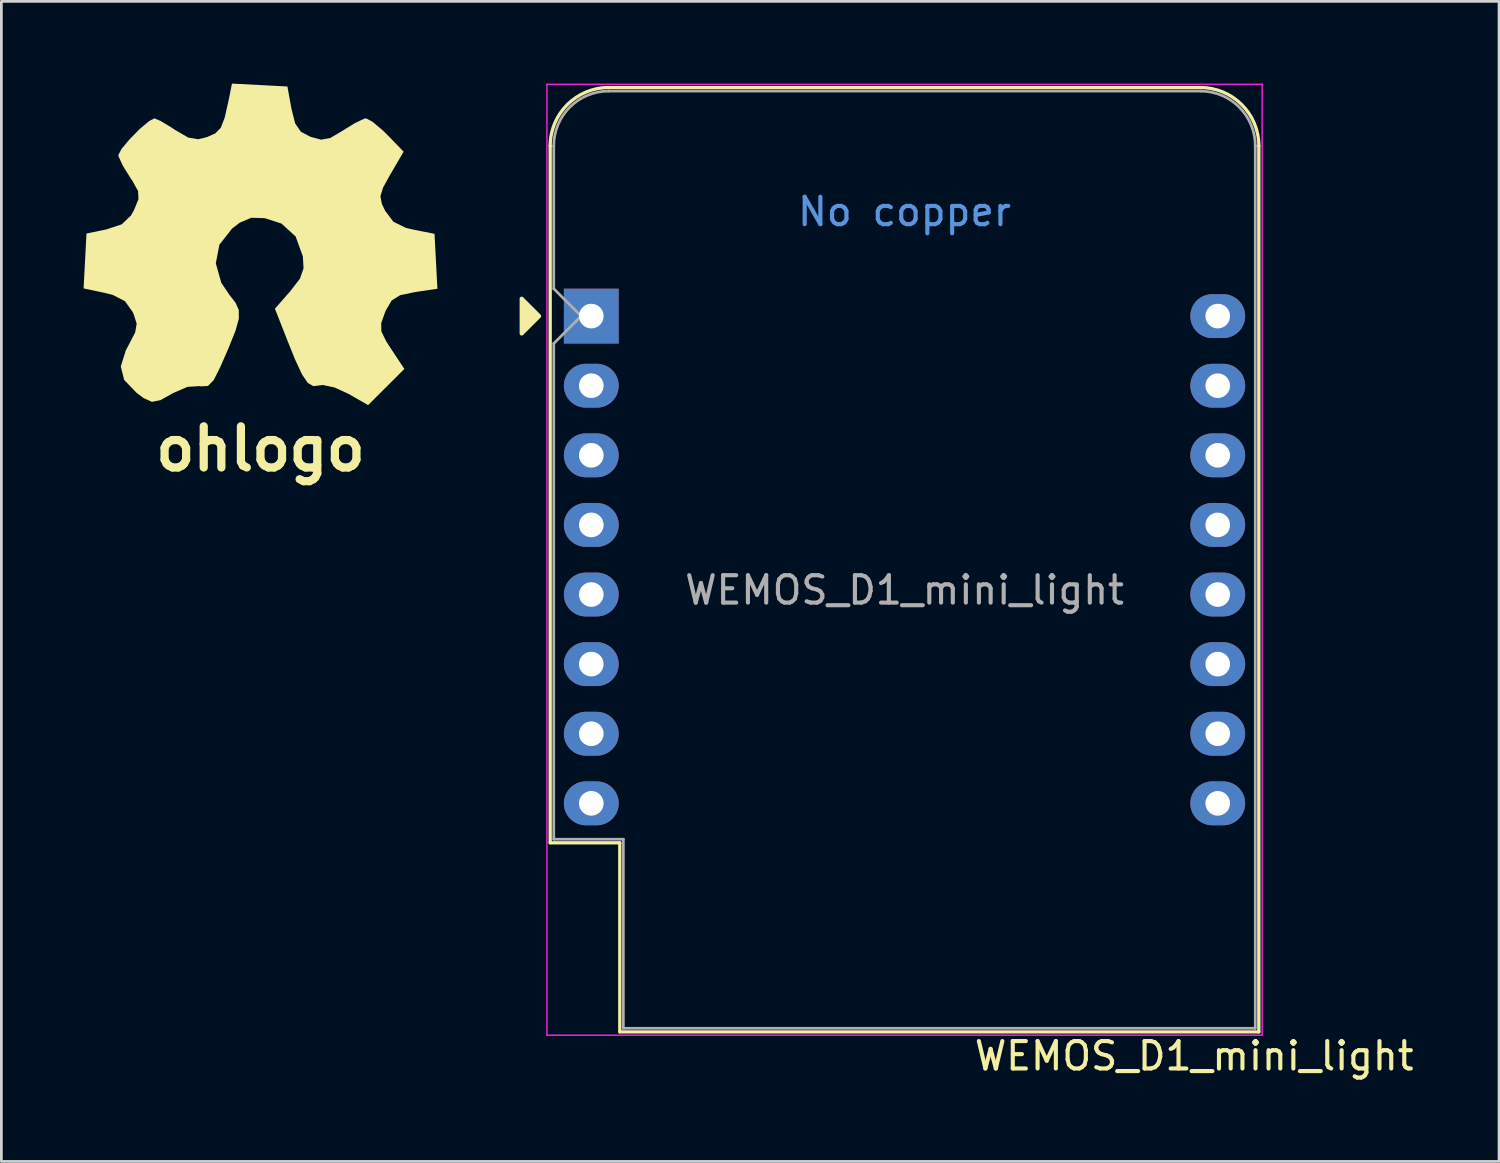
<source format=kicad_pcb>
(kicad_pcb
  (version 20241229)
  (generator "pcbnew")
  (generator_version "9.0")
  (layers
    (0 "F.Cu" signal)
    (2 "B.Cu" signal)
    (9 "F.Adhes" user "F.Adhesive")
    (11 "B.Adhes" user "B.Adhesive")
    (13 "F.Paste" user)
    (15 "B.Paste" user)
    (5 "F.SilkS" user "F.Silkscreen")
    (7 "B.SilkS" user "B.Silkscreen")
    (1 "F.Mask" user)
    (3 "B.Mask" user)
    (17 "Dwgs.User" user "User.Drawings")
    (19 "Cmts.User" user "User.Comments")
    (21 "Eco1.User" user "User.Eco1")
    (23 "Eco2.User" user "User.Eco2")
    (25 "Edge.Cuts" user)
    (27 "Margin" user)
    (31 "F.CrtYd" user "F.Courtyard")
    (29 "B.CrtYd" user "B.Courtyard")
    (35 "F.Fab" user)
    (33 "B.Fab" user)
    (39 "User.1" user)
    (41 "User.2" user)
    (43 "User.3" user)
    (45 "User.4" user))
  (footprint "WEMOS_D1_mini_light"
    (layer "F.Cu")
    (at 18.527 8.485)
    (property "Reference" "WEMOS_D1_mini_light" (at 22 27 0) (layer "F.SilkS") (effects (font (size 1 1) (thickness 0.15))))
    (attr through_hole)
    (fp_line (start -1.5 19.22) (end -1.5 -6.21) (stroke (width 0.12) (type solid)) (layer "F.SilkS"))
    (fp_line (start -1.5 19.22) (end 1.04 19.22) (stroke (width 0.12) (type solid)) (layer "F.SilkS"))
    (fp_line (start 1.04 19.22) (end 1.04 26.12) (stroke (width 0.12) (type solid)) (layer "F.SilkS"))
    (fp_line (start 1.04 26.12) (end 24.36 26.12) (stroke (width 0.12) (type solid)) (layer "F.SilkS"))
    (fp_line (start 22.24 -8.34) (end 0.63 -8.34) (stroke (width 0.12) (type solid)) (layer "F.SilkS"))
    (fp_line (start 24.36 26.12) (end 24.36 -6.21) (stroke (width 0.12) (type solid)) (layer "F.SilkS"))
    (fp_arc (start -1.5 -6.21) (mid -0.876137 -7.716137) (end 0.63 -8.34) (stroke (width 0.12) (type solid)) (layer "F.SilkS"))
    (fp_arc (start 22.23 -8.34) (mid 23.736137 -7.716137) (end 24.36 -6.21) (stroke (width 0.12) (type solid)) (layer "F.SilkS"))
    (fp_poly (pts (xy -2.54 -0.635) (xy -2.54 0.635) (xy -1.905 0)) (stroke (width 0.15) (type solid)) (fill yes) (layer "F.SilkS"))
    (fp_line (start -1.62 -8.46) (end 24.48 -8.46) (stroke (width 0.05) (type solid)) (layer "F.CrtYd"))
    (fp_line (start -1.62 26.24) (end -1.62 -8.46) (stroke (width 0.05) (type solid)) (layer "F.CrtYd"))
    (fp_line (start 24.48 -8.46) (end 24.48 26.24) (stroke (width 0.05) (type solid)) (layer "F.CrtYd"))
    (fp_line (start 24.48 26.24) (end -1.62 26.24) (stroke (width 0.05) (type solid)) (layer "F.CrtYd"))
    (fp_line (start -1.37 -6.21) (end -1.37 -1) (stroke (width 0.1) (type solid)) (layer "F.Fab"))
    (fp_line (start -1.37 1) (end -1.37 19.09) (stroke (width 0.1) (type solid)) (layer "F.Fab"))
    (fp_line (start -1.37 1) (end -0.37 0) (stroke (width 0.1) (type solid)) (layer "F.Fab"))
    (fp_line (start -1.37 19.09) (end 1.17 19.09) (stroke (width 0.1) (type solid)) (layer "F.Fab"))
    (fp_line (start -0.37 0) (end -1.37 -1) (stroke (width 0.1) (type solid)) (layer "F.Fab"))
    (fp_line (start 1.17 19.09) (end 1.17 25.99) (stroke (width 0.1) (type solid)) (layer "F.Fab"))
    (fp_line (start 1.17 25.99) (end 24.23 25.99) (stroke (width 0.1) (type solid)) (layer "F.Fab"))
    (fp_line (start 22.23 -8.21) (end 0.63 -8.21) (stroke (width 0.1) (type solid)) (layer "F.Fab"))
    (fp_line (start 24.23 25.99) (end 24.23 -6.21) (stroke (width 0.1) (type solid)) (layer "F.Fab"))
    (fp_arc (start -1.37 -6.21) (mid -0.784214 -7.624214) (end 0.63 -8.21) (stroke (width 0.1) (type solid)) (layer "F.Fab"))
    (fp_arc (start 22.25 -8.21) (mid 23.658356 -7.610071) (end 24.23 -6.19) (stroke (width 0.1) (type solid)) (layer "F.Fab"))
    (fp_text user "No copper" (at 11.43 -3.81 0) (layer "Cmts.User") (effects (font (size 1 1) (thickness 0.15))))
    (fp_text user "${REFERENCE}" (at 11.43 10 0) (layer "F.Fab") (effects (font (size 1 1) (thickness 0.15))))
    (pad "1" thru_hole rect (at 0 0) (size 2 2) (drill 0.9) (layers "*.Cu" "*.Mask"))
    (pad "2" thru_hole oval (at 0 2.54) (size 2 1.6) (drill 0.9) (layers "*.Cu" "*.Mask"))
    (pad "3" thru_hole oval (at 0 5.08) (size 2 1.6) (drill 0.9) (layers "*.Cu" "*.Mask"))
    (pad "4" thru_hole oval (at 0 7.62) (size 2 1.6) (drill 0.9) (layers "*.Cu" "*.Mask"))
    (pad "5" thru_hole oval (at 0 10.16) (size 2 1.6) (drill 0.9) (layers "*.Cu" "*.Mask"))
    (pad "6" thru_hole oval (at 0 12.7) (size 2 1.6) (drill 0.9) (layers "*.Cu" "*.Mask"))
    (pad "7" thru_hole oval (at 0 15.24) (size 2 1.6) (drill 0.9) (layers "*.Cu" "*.Mask"))
    (pad "8" thru_hole oval (at 0 17.78) (size 2 1.6) (drill 0.9) (layers "*.Cu" "*.Mask"))
    (pad "9" thru_hole oval (at 22.86 17.78) (size 2 1.6) (drill 0.9) (layers "*.Cu" "*.Mask"))
    (pad "10" thru_hole oval (at 22.86 15.24) (size 2 1.6) (drill 0.9) (layers "*.Cu" "*.Mask"))
    (pad "11" thru_hole oval (at 22.86 12.7) (size 2 1.6) (drill 0.9) (layers "*.Cu" "*.Mask"))
    (pad "12" thru_hole oval (at 22.86 10.16) (size 2 1.6) (drill 0.9) (layers "*.Cu" "*.Mask"))
    (pad "13" thru_hole oval (at 22.86 7.62) (size 2 1.6) (drill 0.9) (layers "*.Cu" "*.Mask"))
    (pad "14" thru_hole oval (at 22.86 5.08) (size 2 1.6) (drill 0.9) (layers "*.Cu" "*.Mask"))
    (pad "15" thru_hole oval (at 22.86 2.54) (size 2 1.6) (drill 0.9) (layers "*.Cu" "*.Mask"))
    (pad "16" thru_hole oval (at 22.86 0) (size 2 1.6) (drill 0.9) (layers "*.Cu" "*.Mask"))
    (zone (net_name "") (layers "F.Cu" "B.Cu" "Dwgs.User") (name "No Copper") (hatch edge 0.5) (connect_pads) (min_thickness 0.25) (filled_areas_thickness no) (keepout (tracks not_allowed) (vias not_allowed) (pads not_allowed) (copperpour not_allowed) (footprints not_allowed)) (placement (enabled no)) (fill) (polygon (pts (xy 17.177 0.285) (xy 42.777 0.285) (xy 42.777 7.085) (xy 17.177 7.085)))))
  (footprint "ohlogo"
    (layer "F.Cu")
    (at 6.456 5.83)
    (property "Reference" "ohlogo" (at 0 7.5 0) (layer "F.SilkS") (effects (font (size 1.5 1.5) (thickness 0.3))))
    (attr board_only exclude_from_pos_files exclude_from_bom)
    (fp_poly (pts (xy -0.03 -5.777) (xy 0.982 -5.724) (xy 1.13 -4.909) (xy 1.266 -4.372) (xy 1.476 -4.07) (xy 1.823 -3.888) (xy 2.213 -3.783) (xy 2.549 -3.846) (xy 2.992 -4.107) (xy 3.014 -4.122) (xy 3.453 -4.392) (xy 3.783 -4.547) (xy 3.852 -4.561) (xy 4.081 -4.442) (xy 4.443 -4.14) (xy 4.634 -3.953) (xy 5.223 -3.345) (xy 4.748 -2.533) (xy 4.476 -2.043) (xy 4.376 -1.723) (xy 4.428 -1.442) (xy 4.55 -1.185) (xy 4.848 -0.79) (xy 5.304 -0.565) (xy 5.589 -0.498) (xy 6.35 -0.348) (xy 6.403 0.654) (xy 6.456 1.656) (xy 5.628 1.78) (xy 5.094 1.893) (xy 4.787 2.084) (xy 4.576 2.443) (xy 4.544 2.518) (xy 4.405 2.911) (xy 4.41 3.213) (xy 4.586 3.574) (xy 4.769 3.857) (xy 5.249 4.583) (xy 4.588 5.243) (xy 3.927 5.903) (xy 3.208 5.491) (xy 2.698 5.258) (xy 2.274 5.169) (xy 2.164 5.182) (xy 1.931 5.211) (xy 1.728 5.097) (xy 1.518 4.789) (xy 1.26 4.235) (xy 1.007 3.607) (xy 0.526 2.385) (xy 1.087 1.746) (xy 1.438 1.291) (xy 1.571 0.912) (xy 1.545 0.475) (xy 1.282 -0.25) (xy 0.767 -0.721) (xy 0.158 -0.918) (xy -0.336 -0.934) (xy -0.76 -0.753) (xy -1.038 -0.538) (xy -1.5 0.05) (xy -1.631 0.728) (xy -1.43 1.44) (xy -1.133 1.881) (xy -0.91 2.168) (xy -0.793 2.433) (xy -0.79 2.747) (xy -0.91 3.183) (xy -1.162 3.814) (xy -1.465 4.506) (xy -1.707 4.99) (xy -1.917 5.204) (xy -2.169 5.219) (xy -2.214 5.209) (xy -2.664 5.237) (xy -3.187 5.462) (xy -3.651 5.722) (xy -3.963 5.784) (xy -4.266 5.647) (xy -4.527 5.451) (xy -4.975 4.983) (xy -5.099 4.491) (xy -4.912 3.897) (xy -4.812 3.711) (xy -4.574 3.253) (xy -4.518 2.933) (xy -4.625 2.594) (xy -4.67 2.497) (xy -4.948 2.109) (xy -5.39 1.882) (xy -5.69 1.807) (xy -6.456 1.645) (xy -6.403 0.644) (xy -6.35 -0.358) (xy -5.613 -0.512) (xy -5.064 -0.694) (xy -4.729 -1.012) (xy -4.608 -1.23) (xy -4.454 -1.614) (xy -4.467 -1.907) (xy -4.67 -2.274) (xy -4.763 -2.412) (xy -5.029 -2.843) (xy -5.177 -3.166) (xy -5.187 -3.224) (xy -5.067 -3.452) (xy -4.772 -3.803) (xy -4.405 -4.174) (xy -4.067 -4.46) (xy -3.872 -4.561) (xy -3.653 -4.469) (xy -3.264 -4.237) (xy -3.102 -4.13) (xy -2.637 -3.86) (xy -2.274 -3.799) (xy -1.957 -3.876) (xy -1.648 -4.013) (xy -1.449 -4.218) (xy -1.307 -4.586) (xy -1.166 -5.209) (xy -1.16 -5.24) (xy -1.041 -5.83)) (stroke (width 0) (type solid)) (fill yes) (layer "F.SilkS")))
  (gr_rect
    (start -3 -3)
    (end 51.652 39.333)
    (stroke (width 0.1) (type default))
    (fill no)
    (layer "Edge.Cuts")))
</source>
